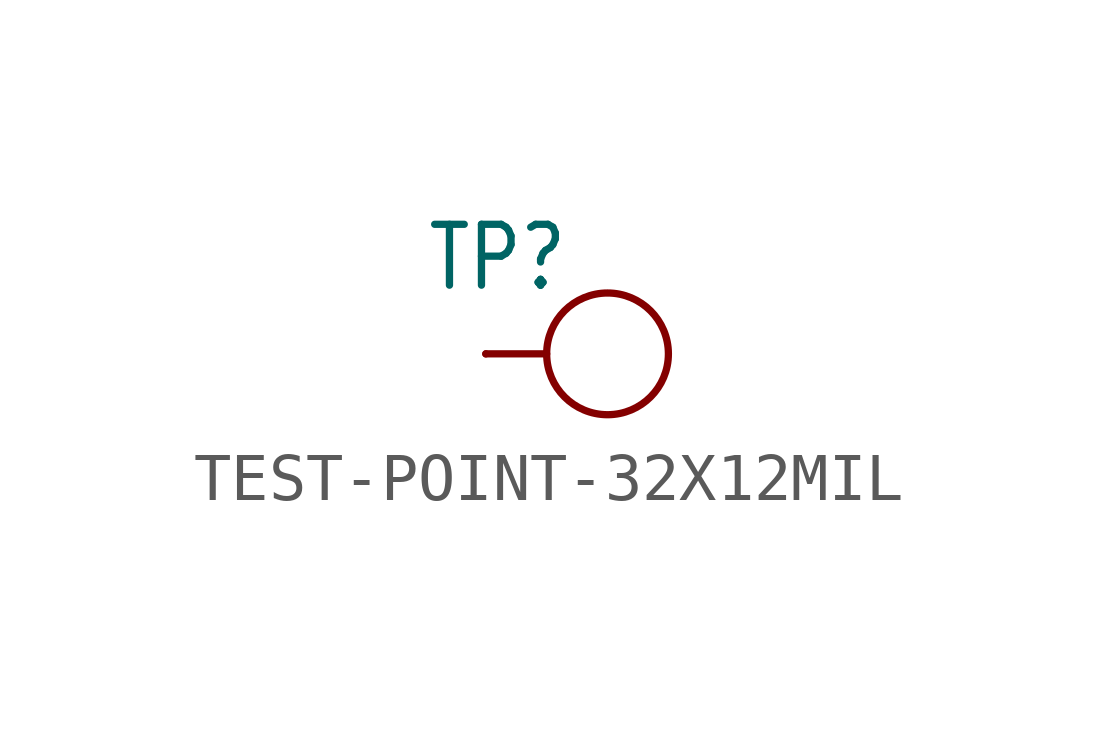
<source format=kicad_sym>
(kicad_symbol_lib
  (version 20211014)
  (generator kicad_symbol_editor)
  (symbol "TEST-POINT-32X12MIL"
    (property "Reference" "TP"
      (at -3.81 1.27 0)
      (effects (font (size 1.27 1.079)) (justify left bottom)))
    (property "ki_locked" ""
      (at 0 0 0)
      (effects (font (size 1.27 1.27))))
    (symbol "TEST-POINT-32X12MIL_1_0"
      (polyline (pts (xy -2.54 0) (xy -1.27 0)) (stroke (width 0.152) (type default) (color 0 0 0 0)) (fill (type none)))
      (circle (center 0 0) (radius 1.27) (stroke (width 0.152) (type default) (color 0 0 0 0)) (fill (type none)))
      (pin bidirectional line (at -2.54 0 0) (length 0) (name "T" (effects (font (size 0 0)))) (number "1" (effects (font (size 0 0))))))))
</source>
